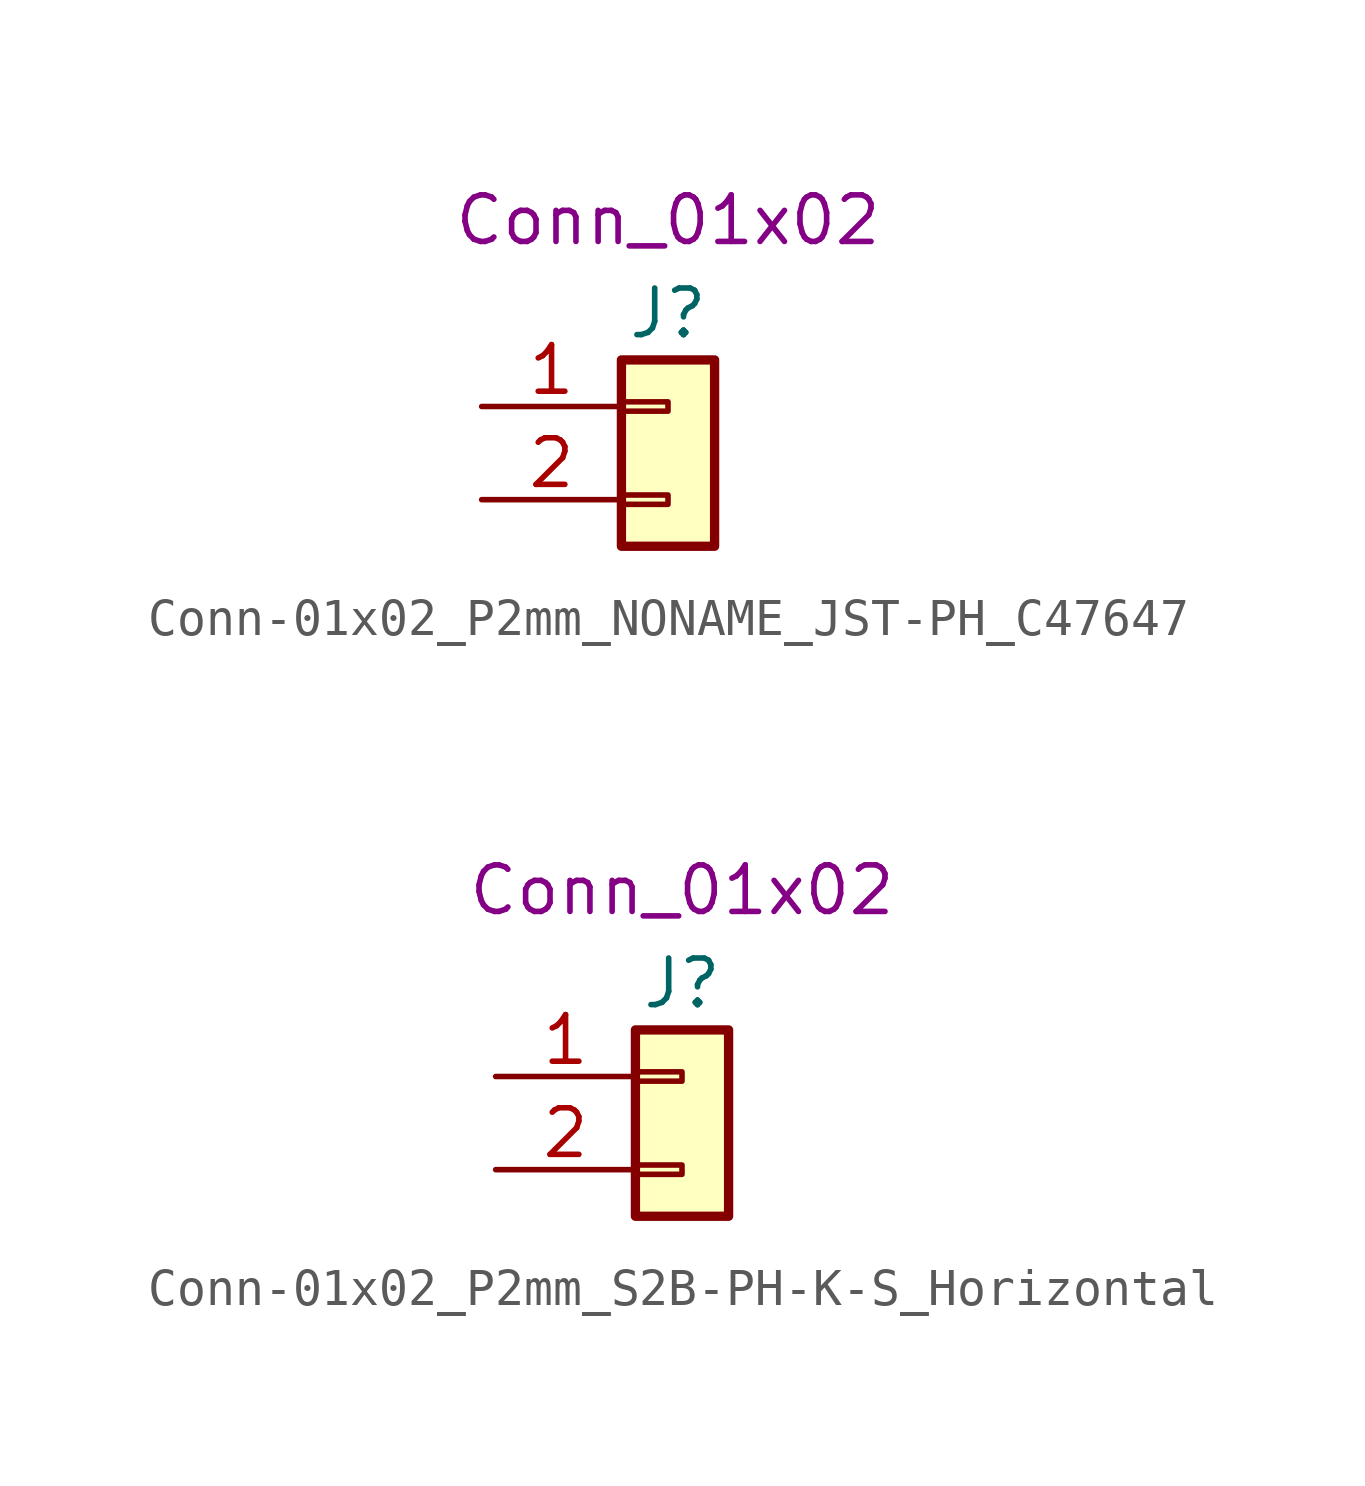
<source format=kicad_sym>
(kicad_symbol_lib
  (version 20211014)
  (generator kicad_symbol_editor)
  (symbol "Conn-01x02_P2mm_NONAME_JST-PH_C47647"
    (pin_names
      (offset 1.016) hide)
    (property "Reference" "J"
      (at 0 2.54 0)
      (effects (font (size 1.27 1.27))))
    (property "UserValue" "Conn_01x02"
      (at 0 5.08 0)
      (effects (font (size 1.27 1.27))))
    (symbol "Conn-01x02_P2mm_NONAME_JST-PH_C47647_1_1"
      (rectangle (start -1.27 -2.413) (end 0 -2.667) (stroke (width 0.152) (type default) (color 0 0 0 0)) (fill (type none)))
      (rectangle (start -1.27 0.127) (end 0 -0.127) (stroke (width 0.152) (type default) (color 0 0 0 0)) (fill (type none)))
      (rectangle (start -1.27 1.27) (end 1.27 -3.81) (stroke (width 0.254) (type default) (color 0 0 0 0)) (fill (type background)))
      (pin passive line (at -5.08 0 0) (length 3.81) (name "Pin_1" (effects (font (size 1.27 1.27)))) (number "1" (effects (font (size 1.27 1.27)))))
      (pin passive line (at -5.08 -2.54 0) (length 3.81) (name "Pin_2" (effects (font (size 1.27 1.27)))) (number "2" (effects (font (size 1.27 1.27)))))))
  (symbol "Conn-01x02_P2mm_S2B-PH-K-S_Horizontal"
    (pin_names
      (offset 1.016) hide)
    (property "Reference" "J"
      (at 0 2.54 0)
      (effects (font (size 1.27 1.27))))
    (property "UserValue" "Conn_01x02"
      (at 0 5.08 0)
      (effects (font (size 1.27 1.27))))
    (symbol "Conn-01x02_P2mm_S2B-PH-K-S_Horizontal_1_1"
      (rectangle (start -1.27 -2.413) (end 0 -2.667) (stroke (width 0.152) (type default) (color 0 0 0 0)) (fill (type none)))
      (rectangle (start -1.27 0.127) (end 0 -0.127) (stroke (width 0.152) (type default) (color 0 0 0 0)) (fill (type none)))
      (rectangle (start -1.27 1.27) (end 1.27 -3.81) (stroke (width 0.254) (type default) (color 0 0 0 0)) (fill (type background)))
      (pin passive line (at -5.08 0 0) (length 3.81) (name "Pin_1" (effects (font (size 1.27 1.27)))) (number "1" (effects (font (size 1.27 1.27)))))
      (pin passive line (at -5.08 -2.54 0) (length 3.81) (name "Pin_2" (effects (font (size 1.27 1.27)))) (number "2" (effects (font (size 1.27 1.27))))))))
</source>
